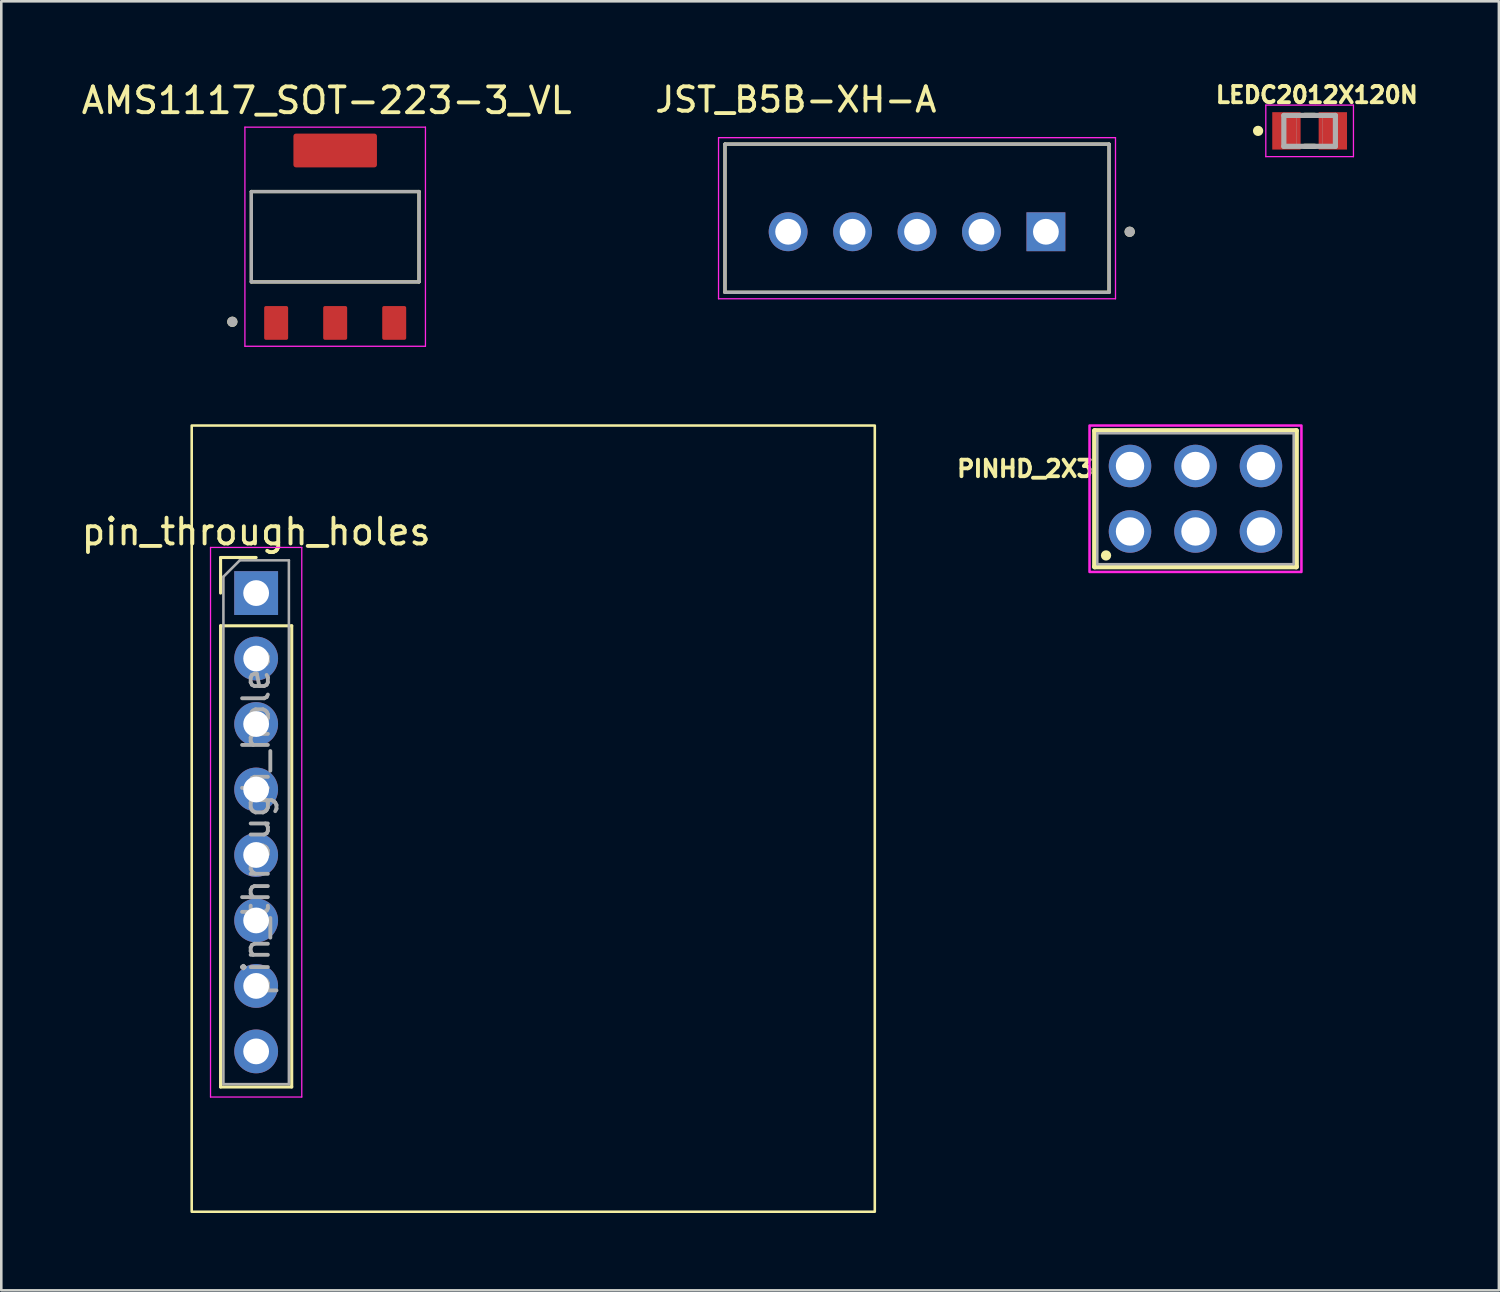
<source format=kicad_pcb>
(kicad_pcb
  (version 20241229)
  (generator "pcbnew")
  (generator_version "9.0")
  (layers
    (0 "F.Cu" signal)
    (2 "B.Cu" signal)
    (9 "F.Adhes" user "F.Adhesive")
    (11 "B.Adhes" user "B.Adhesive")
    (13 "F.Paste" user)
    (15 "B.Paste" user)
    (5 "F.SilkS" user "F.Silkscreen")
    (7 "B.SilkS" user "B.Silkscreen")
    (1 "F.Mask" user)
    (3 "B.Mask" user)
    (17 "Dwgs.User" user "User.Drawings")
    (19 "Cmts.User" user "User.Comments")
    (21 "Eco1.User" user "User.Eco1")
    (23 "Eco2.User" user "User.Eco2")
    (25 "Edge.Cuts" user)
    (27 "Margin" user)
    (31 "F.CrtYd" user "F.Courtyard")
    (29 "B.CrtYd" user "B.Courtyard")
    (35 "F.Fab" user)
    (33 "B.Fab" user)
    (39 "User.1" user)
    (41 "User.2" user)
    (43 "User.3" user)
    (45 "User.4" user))
  (footprint "pin_through_holes"
    (layer "F.Cu")
    (at 6.887 19.958)
    (property "Reference" "pin_through_holes" (at 0 -2.38 0) (layer "F.SilkS") (effects (font (size 1 1) (thickness 0.15))))
    (attr through_hole)
    (fp_line (start -1.38 -1.38) (end 0 -1.38) (stroke (width 0.12) (type solid)) (layer "F.SilkS"))
    (fp_line (start -1.38 0) (end -1.38 -1.38) (stroke (width 0.12) (type solid)) (layer "F.SilkS"))
    (fp_line (start -1.38 1.27) (end -1.38 19.16) (stroke (width 0.12) (type solid)) (layer "F.SilkS"))
    (fp_line (start -1.38 1.27) (end 1.38 1.27) (stroke (width 0.12) (type solid)) (layer "F.SilkS"))
    (fp_line (start -1.38 19.16) (end 1.38 19.16) (stroke (width 0.12) (type solid)) (layer "F.SilkS"))
    (fp_line (start 1.38 1.27) (end 1.38 19.16) (stroke (width 0.12) (type solid)) (layer "F.SilkS"))
    (fp_rect (start -2.5 -6.5) (end 24 24) (stroke (width 0.1) (type default)) (fill no) (layer "F.SilkS"))
    (fp_line (start -1.77 -1.77) (end -1.77 19.55) (stroke (width 0.05) (type solid)) (layer "F.CrtYd"))
    (fp_line (start -1.77 19.55) (end 1.77 19.55) (stroke (width 0.05) (type solid)) (layer "F.CrtYd"))
    (fp_line (start 1.77 -1.77) (end -1.77 -1.77) (stroke (width 0.05) (type solid)) (layer "F.CrtYd"))
    (fp_line (start 1.77 19.55) (end 1.77 -1.77) (stroke (width 0.05) (type solid)) (layer "F.CrtYd"))
    (fp_line (start -1.27 -0.635) (end -0.635 -1.27) (stroke (width 0.1) (type solid)) (layer "F.Fab"))
    (fp_line (start -1.27 19.05) (end -1.27 -0.635) (stroke (width 0.1) (type solid)) (layer "F.Fab"))
    (fp_line (start -0.635 -1.27) (end 1.27 -1.27) (stroke (width 0.1) (type solid)) (layer "F.Fab"))
    (fp_line (start 1.27 -1.27) (end 1.27 19.05) (stroke (width 0.1) (type solid)) (layer "F.Fab"))
    (fp_line (start 1.27 19.05) (end -1.27 19.05) (stroke (width 0.1) (type solid)) (layer "F.Fab"))
    (fp_text user "${REFERENCE}" (at 0 8.89 90) (layer "F.Fab") (effects (font (size 1 1) (thickness 0.15))))
    (pad "1" thru_hole rect (at 0 0) (size 1.7 1.7) (drill 1) (layers "*.Cu" "*.Mask"))
    (pad "2" thru_hole circle (at 0 2.54) (size 1.7 1.7) (drill 1) (layers "*.Cu" "*.Mask"))
    (pad "3" thru_hole circle (at 0 5.08) (size 1.7 1.7) (drill 1) (layers "*.Cu" "*.Mask"))
    (pad "4" thru_hole circle (at 0 7.62) (size 1.7 1.7) (drill 1) (layers "*.Cu" "*.Mask"))
    (pad "5" thru_hole circle (at 0 10.16) (size 1.7 1.7) (drill 1) (layers "*.Cu" "*.Mask"))
    (pad "6" thru_hole circle (at 0 12.7) (size 1.7 1.7) (drill 1) (layers "*.Cu" "*.Mask"))
    (pad "7" thru_hole circle (at 0 15.24) (size 1.7 1.7) (drill 1) (layers "*.Cu" "*.Mask"))
    (pad "8" thru_hole circle (at 0 17.78) (size 1.7 1.7) (drill 1) (layers "*.Cu" "*.Mask")))
  (footprint "LEDC2012X120N"
    (layer "F.Cu")
    (at 47.756 2.027)
    (property "Reference" "LEDC2012X120N" (at 0.28 -1.395 0) (layer "F.SilkS") (effects (font (size 0.63 0.63) (thickness 0.15))))
    (attr smd)
    (fp_line (start -0.2 -0.6) (end 0.2 -0.6) (stroke (width 0.2) (type solid)) (layer "F.SilkS"))
    (fp_line (start -0.2 0.6) (end 0.2 0.6) (stroke (width 0.2) (type solid)) (layer "F.SilkS"))
    (fp_circle (center -2 0) (end -1.9 0) (stroke (width 0.2) (type solid)) (fill no) (layer "F.SilkS"))
    (fp_line (start -1.7 -1) (end 1.7 -1) (stroke (width 0.05) (type solid)) (layer "F.CrtYd"))
    (fp_line (start -1.7 1) (end -1.7 -1) (stroke (width 0.05) (type solid)) (layer "F.CrtYd"))
    (fp_line (start 1.7 -1) (end 1.7 1) (stroke (width 0.05) (type solid)) (layer "F.CrtYd"))
    (fp_line (start 1.7 1) (end -1.7 1) (stroke (width 0.05) (type solid)) (layer "F.CrtYd"))
    (fp_line (start -1 -0.6) (end 1 -0.6) (stroke (width 0.2) (type solid)) (layer "F.Fab"))
    (fp_line (start -1 0.6) (end -1 -0.6) (stroke (width 0.2) (type solid)) (layer "F.Fab"))
    (fp_line (start 1 -0.6) (end 1 0.6) (stroke (width 0.2) (type solid)) (layer "F.Fab"))
    (fp_line (start 1 0.6) (end -1 0.6) (stroke (width 0.2) (type solid)) (layer "F.Fab"))
    (fp_poly (pts (xy -1 -0.6) (xy -0.5 -0.6) (xy -0.5 0.6) (xy -1 0.6)) (stroke (width 0.01) (type solid)) (fill no) (layer "F.Fab"))
    (fp_poly (pts (xy 0.5 -0.6) (xy 1 -0.6) (xy 1 0.6) (xy 0.5 0.6)) (stroke (width 0.01) (type solid)) (fill no) (layer "F.Fab"))
    (pad "A" smd rect (at 0.9 0) (size 1.1 1.45) (layers "F.Cu" "F.Mask" "F.Paste"))
    (pad "C" smd rect (at -0.9 0) (size 1.1 1.45) (layers "F.Cu" "F.Mask" "F.Paste")))
  (footprint "AMS1117_SOT-223-3_VL"
    (layer "F.Cu")
    (at 9.953 6.133)
    (property "Reference" "AMS1117_SOT-223-3_VL" (at -0.328 -5.285 0) (layer "F.SilkS") (effects (font (size 1 1) (thickness 0.15))))
    (attr smd)
    (fp_line (start -3.252 -1.752) (end 3.252 -1.752) (stroke (width 0.127) (type solid)) (layer "F.SilkS"))
    (fp_line (start -3.252 1.752) (end -3.252 -1.752) (stroke (width 0.127) (type solid)) (layer "F.SilkS"))
    (fp_line (start 3.252 -1.752) (end 3.252 1.752) (stroke (width 0.127) (type solid)) (layer "F.SilkS"))
    (fp_line (start 3.252 1.752) (end -3.252 1.752) (stroke (width 0.127) (type solid)) (layer "F.SilkS"))
    (fp_circle (center -3.99 3.3) (end -3.89 3.3) (stroke (width 0.2) (type solid)) (fill no) (layer "F.SilkS"))
    (fp_line (start -3.502 -4.25) (end -3.502 4.25) (stroke (width 0.05) (type solid)) (layer "F.CrtYd"))
    (fp_line (start -3.502 4.25) (end 3.502 4.25) (stroke (width 0.05) (type solid)) (layer "F.CrtYd"))
    (fp_line (start 3.502 -4.25) (end -3.502 -4.25) (stroke (width 0.05) (type solid)) (layer "F.CrtYd"))
    (fp_line (start 3.502 4.25) (end 3.502 -4.25) (stroke (width 0.05) (type solid)) (layer "F.CrtYd"))
    (fp_line (start -3.252 -1.752) (end 3.252 -1.752) (stroke (width 0.127) (type solid)) (layer "F.Fab"))
    (fp_line (start -3.252 1.752) (end -3.252 -1.752) (stroke (width 0.127) (type solid)) (layer "F.Fab"))
    (fp_line (start 3.252 -1.752) (end 3.252 1.752) (stroke (width 0.127) (type solid)) (layer "F.Fab"))
    (fp_line (start 3.252 1.752) (end -3.252 1.752) (stroke (width 0.127) (type solid)) (layer "F.Fab"))
    (fp_circle (center -3.99 3.3) (end -3.89 3.3) (stroke (width 0.2) (type solid)) (fill no) (layer "F.Fab"))
    (pad "1" smd roundrect (at -2.29 3.345) (size 0.93 1.31) (layers "F.Cu" "F.Mask" "F.Paste") (roundrect_rratio 0.075))
    (pad "2" smd roundrect (at 0 3.345) (size 0.93 1.31) (layers "F.Cu" "F.Mask" "F.Paste") (roundrect_rratio 0.075))
    (pad "3" smd roundrect (at 2.29 3.345) (size 0.93 1.31) (layers "F.Cu" "F.Mask" "F.Paste") (roundrect_rratio 0.075))
    (pad "4" smd roundrect (at 0 -3.345) (size 3.24 1.31) (layers "F.Cu" "F.Mask" "F.Paste") (roundrect_rratio 0.075)))
  (footprint "PINHD_2X3"
    (layer "F.Cu")
    (at 43.328 16.298)
    (property "Reference" "PINHD_2X3" (at -6.61 -1.163 0) (layer "F.SilkS") (effects (font (size 0.64 0.64) (thickness 0.15))))
    (attr through_hole)
    (fp_line (start -3.91 -2.64) (end 3.91 -2.64) (stroke (width 0.2) (type solid)) (layer "F.SilkS"))
    (fp_line (start -3.91 2.64) (end -3.91 -2.64) (stroke (width 0.2) (type solid)) (layer "F.SilkS"))
    (fp_line (start 3.91 -2.64) (end 3.91 2.64) (stroke (width 0.2) (type solid)) (layer "F.SilkS"))
    (fp_line (start 3.91 2.64) (end -3.91 2.64) (stroke (width 0.2) (type solid)) (layer "F.SilkS"))
    (fp_circle (center -3.47 2.2) (end -3.37 2.2) (stroke (width 0.2) (type solid)) (fill no) (layer "F.SilkS"))
    (fp_poly (pts (xy -4.11 -2.84) (xy 4.11 -2.84) (xy 4.11 2.84) (xy -4.11 2.84)) (stroke (width 0.1) (type solid)) (fill no) (layer "F.CrtYd"))
    (fp_line (start -3.81 -2.54) (end 3.81 -2.54) (stroke (width 0.1) (type solid)) (layer "F.Fab"))
    (fp_line (start -3.81 2.54) (end -3.81 -2.54) (stroke (width 0.1) (type solid)) (layer "F.Fab"))
    (fp_line (start 3.81 -2.54) (end 3.81 2.54) (stroke (width 0.1) (type solid)) (layer "F.Fab"))
    (fp_line (start 3.81 2.54) (end -3.81 2.54) (stroke (width 0.1) (type solid)) (layer "F.Fab"))
    (pad "1" thru_hole circle (at -2.54 1.27) (size 1.65 1.65) (drill 1.1) (layers "*.Cu" "*.Mask"))
    (pad "2" thru_hole circle (at -2.54 -1.27) (size 1.65 1.65) (drill 1.1) (layers "*.Cu" "*.Mask"))
    (pad "3" thru_hole circle (at 0 1.27) (size 1.65 1.65) (drill 1.1) (layers "*.Cu" "*.Mask"))
    (pad "4" thru_hole circle (at 0 -1.27) (size 1.65 1.65) (drill 1.1) (layers "*.Cu" "*.Mask"))
    (pad "5" thru_hole circle (at 2.54 1.27) (size 1.65 1.65) (drill 1.1) (layers "*.Cu" "*.Mask"))
    (pad "6" thru_hole circle (at 2.54 -1.27) (size 1.65 1.65) (drill 1.1) (layers "*.Cu" "*.Mask")))
  (footprint "JST_B5B-XH-A"
    (layer "F.Cu")
    (at 32.525 5.416)
    (property "Reference" "JST_B5B-XH-A" (at -4.7 -4.6 0) (layer "F.SilkS") (effects (font (size 0.945 0.945) (thickness 0.15))))
    (attr through_hole)
    (fp_line (start -7.45 -2.875) (end 7.45 -2.875) (stroke (width 0.127) (type solid)) (layer "F.SilkS"))
    (fp_line (start -7.45 2.875) (end -7.45 -2.875) (stroke (width 0.127) (type solid)) (layer "F.SilkS"))
    (fp_line (start 7.45 -2.875) (end 7.45 2.875) (stroke (width 0.127) (type solid)) (layer "F.SilkS"))
    (fp_line (start 7.45 2.875) (end -7.45 2.875) (stroke (width 0.127) (type solid)) (layer "F.SilkS"))
    (fp_circle (center 8.25 0.525) (end 8.35 0.525) (stroke (width 0.2) (type solid)) (fill no) (layer "F.SilkS"))
    (fp_line (start -7.7 -3.125) (end 7.7 -3.125) (stroke (width 0.05) (type solid)) (layer "F.CrtYd"))
    (fp_line (start -7.7 3.125) (end -7.7 -3.125) (stroke (width 0.05) (type solid)) (layer "F.CrtYd"))
    (fp_line (start 7.7 -3.125) (end 7.7 3.125) (stroke (width 0.05) (type solid)) (layer "F.CrtYd"))
    (fp_line (start 7.7 3.125) (end -7.7 3.125) (stroke (width 0.05) (type solid)) (layer "F.CrtYd"))
    (fp_line (start -7.45 -2.875) (end 7.45 -2.875) (stroke (width 0.127) (type solid)) (layer "F.Fab"))
    (fp_line (start -7.45 2.875) (end -7.45 -2.875) (stroke (width 0.127) (type solid)) (layer "F.Fab"))
    (fp_line (start 7.45 -2.875) (end 7.45 2.875) (stroke (width 0.127) (type solid)) (layer "F.Fab"))
    (fp_line (start 7.45 2.875) (end -7.45 2.875) (stroke (width 0.127) (type solid)) (layer "F.Fab"))
    (fp_circle (center 8.25 0.525) (end 8.35 0.525) (stroke (width 0.2) (type solid)) (fill no) (layer "F.Fab"))
    (pad "1" thru_hole rect (at 5 0.525) (size 1.508 1.508) (drill 1) (layers "*.Cu" "*.Mask"))
    (pad "2" thru_hole circle (at 2.5 0.525) (size 1.508 1.508) (drill 1) (layers "*.Cu" "*.Mask"))
    (pad "3" thru_hole circle (at 0 0.525) (size 1.508 1.508) (drill 1) (layers "*.Cu" "*.Mask"))
    (pad "4" thru_hole circle (at -2.5 0.525) (size 1.508 1.508) (drill 1) (layers "*.Cu" "*.Mask"))
    (pad "5" thru_hole circle (at -5 0.525) (size 1.508 1.508) (drill 1) (layers "*.Cu" "*.Mask")))
  (gr_rect
    (start -3 -3)
    (end 55.098 47.008)
    (stroke (width 0.1) (type default))
    (fill no)
    (layer "Edge.Cuts")))
</source>
